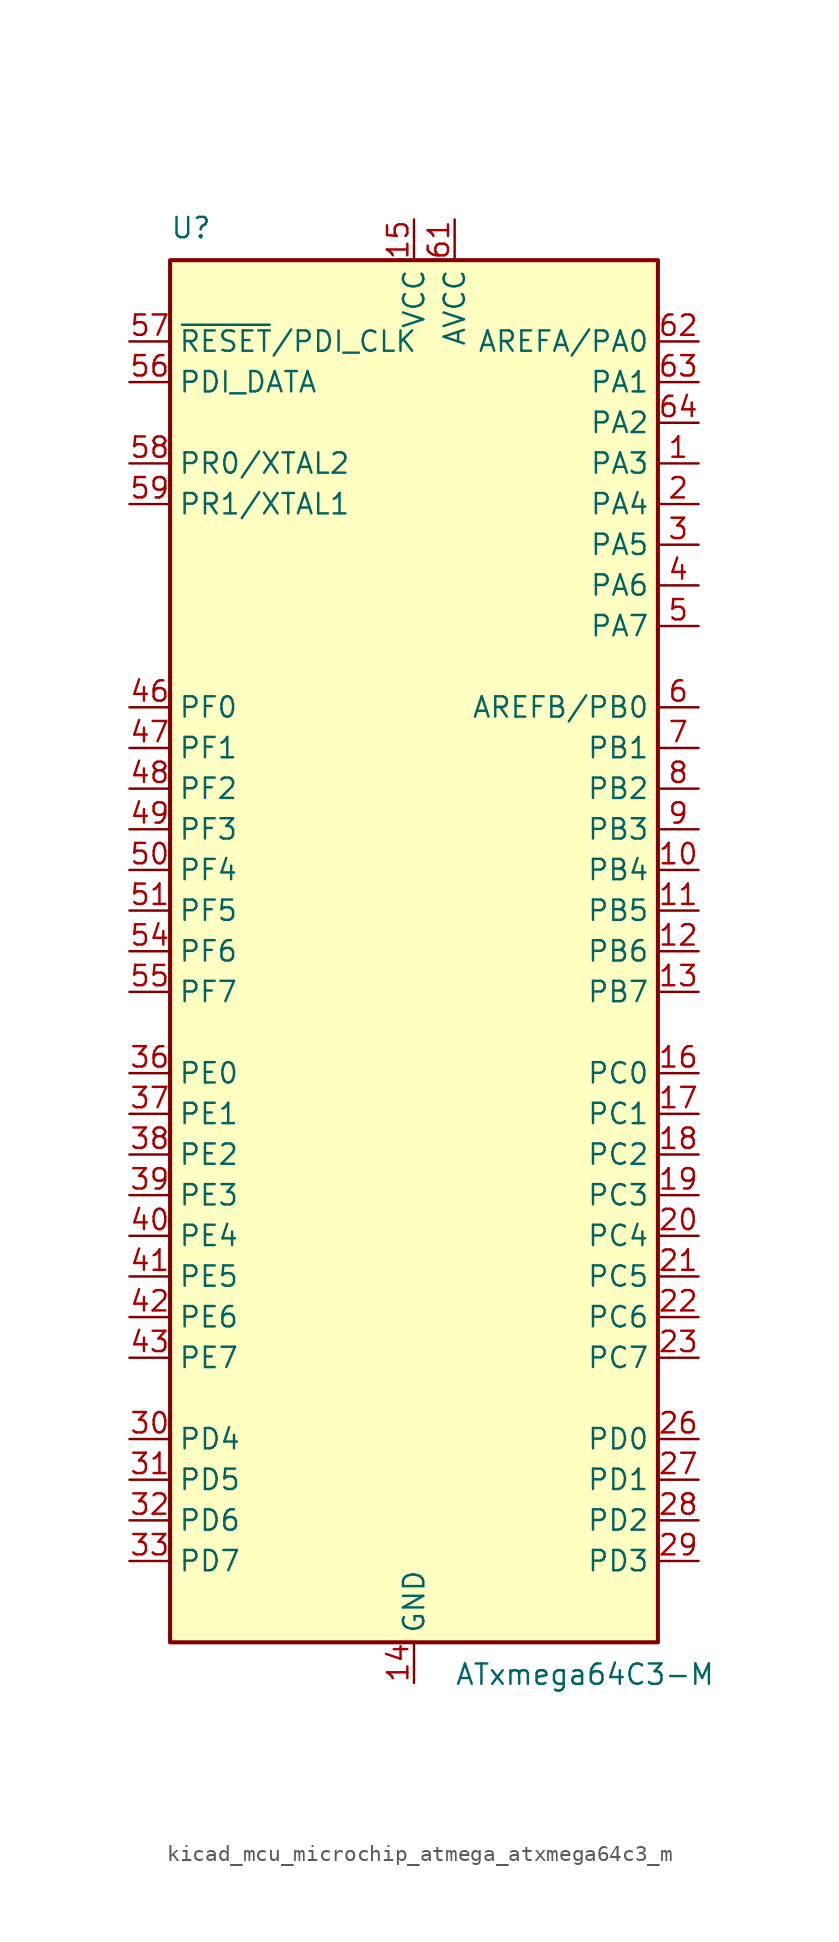
<source format=kicad_sym>
(kicad_symbol_lib
  (version 20220914)
  (generator kicad_symbol_editor)
  (symbol "kicad_mcu_microchip_atmega_atxmega64c3_m"
    (property "Reference" "U"
      (at -15.24 44.45 0)
      (effects (font (size 1.27 1.27)) (justify left bottom)))
    (property "Value" "ATxmega64C3-M"
      (at 2.54 -44.45 0)
      (effects (font (size 1.27 1.27)) (justify left top)))
    (symbol "kicad_mcu_microchip_atmega_atxmega64c3_m_0_1"
      (rectangle (start -15.24 -43.18) (end 15.24 43.18) (stroke (width 0.254) (type default)) (fill (type background))))
    (symbol "kicad_mcu_microchip_atmega_atxmega64c3_m_1_1"
      (pin bidirectional line (at 17.78 30.48 180) (length 2.54) (name "PA3" (effects (font (size 1.27 1.27)))) (number "1" (effects (font (size 1.27 1.27)))))
      (pin bidirectional line (at 17.78 5.08 180) (length 2.54) (name "PB4" (effects (font (size 1.27 1.27)))) (number "10" (effects (font (size 1.27 1.27)))))
      (pin bidirectional line (at 17.78 2.54 180) (length 2.54) (name "PB5" (effects (font (size 1.27 1.27)))) (number "11" (effects (font (size 1.27 1.27)))))
      (pin bidirectional line (at 17.78 0 180) (length 2.54) (name "PB6" (effects (font (size 1.27 1.27)))) (number "12" (effects (font (size 1.27 1.27)))))
      (pin bidirectional line (at 17.78 -2.54 180) (length 2.54) (name "PB7" (effects (font (size 1.27 1.27)))) (number "13" (effects (font (size 1.27 1.27)))))
      (pin power_in line (at 0 -45.72 90) (length 2.54) (name "GND" (effects (font (size 1.27 1.27)))) (number "14" (effects (font (size 1.27 1.27)))))
      (pin power_in line (at 0 45.72 270) (length 2.54) (name "VCC" (effects (font (size 1.27 1.27)))) (number "15" (effects (font (size 1.27 1.27)))))
      (pin bidirectional line (at 17.78 -7.62 180) (length 2.54) (name "PC0" (effects (font (size 1.27 1.27)))) (number "16" (effects (font (size 1.27 1.27)))))
      (pin bidirectional line (at 17.78 -10.16 180) (length 2.54) (name "PC1" (effects (font (size 1.27 1.27)))) (number "17" (effects (font (size 1.27 1.27)))))
      (pin bidirectional line (at 17.78 -12.7 180) (length 2.54) (name "PC2" (effects (font (size 1.27 1.27)))) (number "18" (effects (font (size 1.27 1.27)))))
      (pin bidirectional line (at 17.78 -15.24 180) (length 2.54) (name "PC3" (effects (font (size 1.27 1.27)))) (number "19" (effects (font (size 1.27 1.27)))))
      (pin bidirectional line (at 17.78 27.94 180) (length 2.54) (name "PA4" (effects (font (size 1.27 1.27)))) (number "2" (effects (font (size 1.27 1.27)))))
      (pin bidirectional line (at 17.78 -17.78 180) (length 2.54) (name "PC4" (effects (font (size 1.27 1.27)))) (number "20" (effects (font (size 1.27 1.27)))))
      (pin bidirectional line (at 17.78 -20.32 180) (length 2.54) (name "PC5" (effects (font (size 1.27 1.27)))) (number "21" (effects (font (size 1.27 1.27)))))
      (pin bidirectional line (at 17.78 -22.86 180) (length 2.54) (name "PC6" (effects (font (size 1.27 1.27)))) (number "22" (effects (font (size 1.27 1.27)))))
      (pin bidirectional line (at 17.78 -25.4 180) (length 2.54) (name "PC7" (effects (font (size 1.27 1.27)))) (number "23" (effects (font (size 1.27 1.27)))))
      (pin passive line (at 0 -45.72 90) (length 2.54) hide (name "GND" (effects (font (size 1.27 1.27)))) (number "24" (effects (font (size 1.27 1.27)))))
      (pin passive line (at 0 45.72 270) (length 2.54) hide (name "VCC" (effects (font (size 1.27 1.27)))) (number "25" (effects (font (size 1.27 1.27)))))
      (pin bidirectional line (at 17.78 -30.48 180) (length 2.54) (name "PD0" (effects (font (size 1.27 1.27)))) (number "26" (effects (font (size 1.27 1.27)))))
      (pin bidirectional line (at 17.78 -33.02 180) (length 2.54) (name "PD1" (effects (font (size 1.27 1.27)))) (number "27" (effects (font (size 1.27 1.27)))))
      (pin bidirectional line (at 17.78 -35.56 180) (length 2.54) (name "PD2" (effects (font (size 1.27 1.27)))) (number "28" (effects (font (size 1.27 1.27)))))
      (pin bidirectional line (at 17.78 -38.1 180) (length 2.54) (name "PD3" (effects (font (size 1.27 1.27)))) (number "29" (effects (font (size 1.27 1.27)))))
      (pin bidirectional line (at 17.78 25.4 180) (length 2.54) (name "PA5" (effects (font (size 1.27 1.27)))) (number "3" (effects (font (size 1.27 1.27)))))
      (pin bidirectional line (at -17.78 -30.48 0) (length 2.54) (name "PD4" (effects (font (size 1.27 1.27)))) (number "30" (effects (font (size 1.27 1.27)))))
      (pin bidirectional line (at -17.78 -33.02 0) (length 2.54) (name "PD5" (effects (font (size 1.27 1.27)))) (number "31" (effects (font (size 1.27 1.27)))))
      (pin bidirectional line (at -17.78 -35.56 0) (length 2.54) (name "PD6" (effects (font (size 1.27 1.27)))) (number "32" (effects (font (size 1.27 1.27)))))
      (pin bidirectional line (at -17.78 -38.1 0) (length 2.54) (name "PD7" (effects (font (size 1.27 1.27)))) (number "33" (effects (font (size 1.27 1.27)))))
      (pin passive line (at 0 -45.72 90) (length 2.54) hide (name "GND" (effects (font (size 1.27 1.27)))) (number "34" (effects (font (size 1.27 1.27)))))
      (pin passive line (at 0 45.72 270) (length 2.54) hide (name "VCC" (effects (font (size 1.27 1.27)))) (number "35" (effects (font (size 1.27 1.27)))))
      (pin bidirectional line (at -17.78 -7.62 0) (length 2.54) (name "PE0" (effects (font (size 1.27 1.27)))) (number "36" (effects (font (size 1.27 1.27)))))
      (pin bidirectional line (at -17.78 -10.16 0) (length 2.54) (name "PE1" (effects (font (size 1.27 1.27)))) (number "37" (effects (font (size 1.27 1.27)))))
      (pin bidirectional line (at -17.78 -12.7 0) (length 2.54) (name "PE2" (effects (font (size 1.27 1.27)))) (number "38" (effects (font (size 1.27 1.27)))))
      (pin bidirectional line (at -17.78 -15.24 0) (length 2.54) (name "PE3" (effects (font (size 1.27 1.27)))) (number "39" (effects (font (size 1.27 1.27)))))
      (pin bidirectional line (at 17.78 22.86 180) (length 2.54) (name "PA6" (effects (font (size 1.27 1.27)))) (number "4" (effects (font (size 1.27 1.27)))))
      (pin bidirectional line (at -17.78 -17.78 0) (length 2.54) (name "PE4" (effects (font (size 1.27 1.27)))) (number "40" (effects (font (size 1.27 1.27)))))
      (pin bidirectional line (at -17.78 -20.32 0) (length 2.54) (name "PE5" (effects (font (size 1.27 1.27)))) (number "41" (effects (font (size 1.27 1.27)))))
      (pin bidirectional line (at -17.78 -22.86 0) (length 2.54) (name "PE6" (effects (font (size 1.27 1.27)))) (number "42" (effects (font (size 1.27 1.27)))))
      (pin bidirectional line (at -17.78 -25.4 0) (length 2.54) (name "PE7" (effects (font (size 1.27 1.27)))) (number "43" (effects (font (size 1.27 1.27)))))
      (pin passive line (at 0 -45.72 90) (length 2.54) hide (name "GND" (effects (font (size 1.27 1.27)))) (number "44" (effects (font (size 1.27 1.27)))))
      (pin passive line (at 0 45.72 270) (length 2.54) hide (name "VCC" (effects (font (size 1.27 1.27)))) (number "45" (effects (font (size 1.27 1.27)))))
      (pin bidirectional line (at -17.78 15.24 0) (length 2.54) (name "PF0" (effects (font (size 1.27 1.27)))) (number "46" (effects (font (size 1.27 1.27)))))
      (pin bidirectional line (at -17.78 12.7 0) (length 2.54) (name "PF1" (effects (font (size 1.27 1.27)))) (number "47" (effects (font (size 1.27 1.27)))))
      (pin bidirectional line (at -17.78 10.16 0) (length 2.54) (name "PF2" (effects (font (size 1.27 1.27)))) (number "48" (effects (font (size 1.27 1.27)))))
      (pin bidirectional line (at -17.78 7.62 0) (length 2.54) (name "PF3" (effects (font (size 1.27 1.27)))) (number "49" (effects (font (size 1.27 1.27)))))
      (pin bidirectional line (at 17.78 20.32 180) (length 2.54) (name "PA7" (effects (font (size 1.27 1.27)))) (number "5" (effects (font (size 1.27 1.27)))))
      (pin bidirectional line (at -17.78 5.08 0) (length 2.54) (name "PF4" (effects (font (size 1.27 1.27)))) (number "50" (effects (font (size 1.27 1.27)))))
      (pin bidirectional line (at -17.78 2.54 0) (length 2.54) (name "PF5" (effects (font (size 1.27 1.27)))) (number "51" (effects (font (size 1.27 1.27)))))
      (pin passive line (at 0 -45.72 90) (length 2.54) hide (name "GND" (effects (font (size 1.27 1.27)))) (number "52" (effects (font (size 1.27 1.27)))))
      (pin passive line (at 0 45.72 270) (length 2.54) hide (name "VCC" (effects (font (size 1.27 1.27)))) (number "53" (effects (font (size 1.27 1.27)))))
      (pin bidirectional line (at -17.78 0 0) (length 2.54) (name "PF6" (effects (font (size 1.27 1.27)))) (number "54" (effects (font (size 1.27 1.27)))))
      (pin bidirectional line (at -17.78 -2.54 0) (length 2.54) (name "PF7" (effects (font (size 1.27 1.27)))) (number "55" (effects (font (size 1.27 1.27)))))
      (pin bidirectional line (at -17.78 35.56 0) (length 2.54) (name "PDI_DATA" (effects (font (size 1.27 1.27)))) (number "56" (effects (font (size 1.27 1.27)))))
      (pin input line (at -17.78 38.1 0) (length 2.54) (name "~{RESET}/PDI_CLK" (effects (font (size 1.27 1.27)))) (number "57" (effects (font (size 1.27 1.27)))))
      (pin bidirectional line (at -17.78 30.48 0) (length 2.54) (name "PR0/XTAL2" (effects (font (size 1.27 1.27)))) (number "58" (effects (font (size 1.27 1.27)))))
      (pin bidirectional line (at -17.78 27.94 0) (length 2.54) (name "PR1/XTAL1" (effects (font (size 1.27 1.27)))) (number "59" (effects (font (size 1.27 1.27)))))
      (pin bidirectional line (at 17.78 15.24 180) (length 2.54) (name "AREFB/PB0" (effects (font (size 1.27 1.27)))) (number "6" (effects (font (size 1.27 1.27)))))
      (pin passive line (at 0 -45.72 90) (length 2.54) hide (name "GND" (effects (font (size 1.27 1.27)))) (number "60" (effects (font (size 1.27 1.27)))))
      (pin power_in line (at 2.54 45.72 270) (length 2.54) (name "AVCC" (effects (font (size 1.27 1.27)))) (number "61" (effects (font (size 1.27 1.27)))))
      (pin bidirectional line (at 17.78 38.1 180) (length 2.54) (name "AREFA/PA0" (effects (font (size 1.27 1.27)))) (number "62" (effects (font (size 1.27 1.27)))))
      (pin bidirectional line (at 17.78 35.56 180) (length 2.54) (name "PA1" (effects (font (size 1.27 1.27)))) (number "63" (effects (font (size 1.27 1.27)))))
      (pin bidirectional line (at 17.78 33.02 180) (length 2.54) (name "PA2" (effects (font (size 1.27 1.27)))) (number "64" (effects (font (size 1.27 1.27)))))
      (pin passive line (at 0 -45.72 90) (length 2.54) hide (name "GND" (effects (font (size 1.27 1.27)))) (number "65" (effects (font (size 1.27 1.27)))))
      (pin bidirectional line (at 17.78 12.7 180) (length 2.54) (name "PB1" (effects (font (size 1.27 1.27)))) (number "7" (effects (font (size 1.27 1.27)))))
      (pin bidirectional line (at 17.78 10.16 180) (length 2.54) (name "PB2" (effects (font (size 1.27 1.27)))) (number "8" (effects (font (size 1.27 1.27)))))
      (pin bidirectional line (at 17.78 7.62 180) (length 2.54) (name "PB3" (effects (font (size 1.27 1.27)))) (number "9" (effects (font (size 1.27 1.27))))))))
</source>
